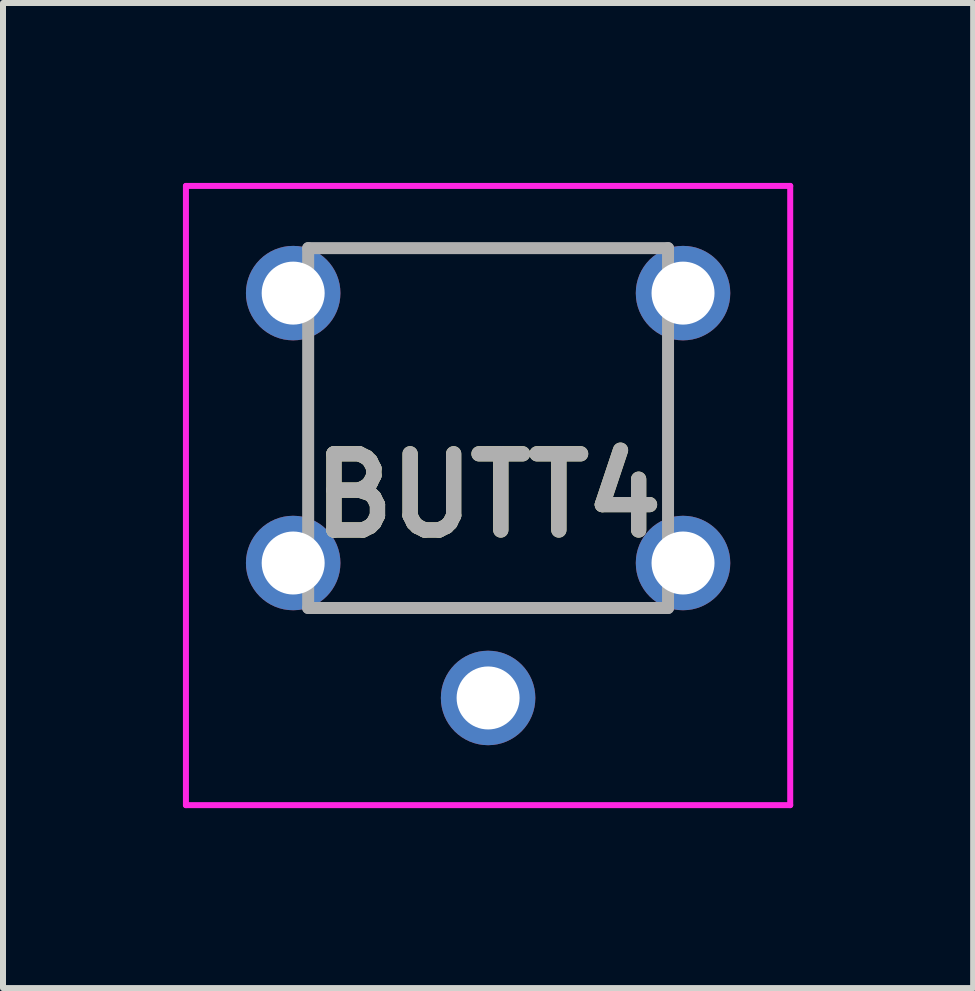
<source format=kicad_pcb>
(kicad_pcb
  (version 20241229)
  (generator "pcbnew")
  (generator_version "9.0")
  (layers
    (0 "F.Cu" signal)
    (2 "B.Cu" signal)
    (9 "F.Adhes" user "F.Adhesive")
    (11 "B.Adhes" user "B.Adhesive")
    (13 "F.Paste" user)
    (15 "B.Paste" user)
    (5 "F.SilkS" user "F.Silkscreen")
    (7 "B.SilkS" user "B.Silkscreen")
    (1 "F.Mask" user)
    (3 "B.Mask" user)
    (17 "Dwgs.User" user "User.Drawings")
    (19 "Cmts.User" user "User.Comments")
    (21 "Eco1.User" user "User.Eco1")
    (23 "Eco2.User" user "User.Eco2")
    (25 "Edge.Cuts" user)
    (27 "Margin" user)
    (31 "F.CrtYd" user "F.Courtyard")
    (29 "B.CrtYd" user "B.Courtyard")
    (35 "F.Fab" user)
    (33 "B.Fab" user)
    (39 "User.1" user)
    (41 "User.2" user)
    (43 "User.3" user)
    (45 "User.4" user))
  (footprint "BUTT4"
    (layer "F.Cu")
    (at 5.088 4.087)
    (property "Reference" "BUTT4" (at 0 1.125 0) (layer "F.SilkS") (effects (font (size 1.27 1.27) (thickness 0.254))))
    (attr through_hole)
    (fp_line (start -3 -1) (end -3 1) (stroke (width 0.1) (type solid)) (layer "F.SilkS"))
    (fp_line (start -2 -3) (end 2 -3) (stroke (width 0.1) (type solid)) (layer "F.SilkS"))
    (fp_line (start -2 3) (end 2 3) (stroke (width 0.1) (type solid)) (layer "F.SilkS"))
    (fp_line (start 3 -1) (end 3 1) (stroke (width 0.1) (type solid)) (layer "F.SilkS"))
    (fp_line (start -5.038 -4.037) (end 5.037 -4.037) (stroke (width 0.1) (type solid)) (layer "F.CrtYd"))
    (fp_line (start -5.038 6.287) (end -5.038 -4.037) (stroke (width 0.1) (type solid)) (layer "F.CrtYd"))
    (fp_line (start 5.037 -4.037) (end 5.037 6.287) (stroke (width 0.1) (type solid)) (layer "F.CrtYd"))
    (fp_line (start 5.037 6.287) (end -5.038 6.287) (stroke (width 0.1) (type solid)) (layer "F.CrtYd"))
    (fp_line (start -3 -3) (end 3 -3) (stroke (width 0.2) (type solid)) (layer "F.Fab"))
    (fp_line (start -3 3) (end -3 -3) (stroke (width 0.2) (type solid)) (layer "F.Fab"))
    (fp_line (start 3 -3) (end 3 3) (stroke (width 0.2) (type solid)) (layer "F.Fab"))
    (fp_line (start 3 3) (end -3 3) (stroke (width 0.2) (type solid)) (layer "F.Fab"))
    (fp_text user "${REFERENCE}" (at 0 1.125 0) (layer "F.Fab") (effects (font (size 1.27 1.27) (thickness 0.254))))
    (pad "A1" thru_hole circle (at -3.25 -2.25) (size 1.575 1.575) (drill 1.05) (layers "*.Cu" "*.Mask"))
    (pad "B1" thru_hole circle (at -3.25 2.25) (size 1.575 1.575) (drill 1.05) (layers "*.Cu" "*.Mask"))
    (pad "C1" thru_hole circle (at 3.25 -2.25) (size 1.575 1.575) (drill 1.05) (layers "*.Cu" "*.Mask"))
    (pad "D1" thru_hole circle (at 3.25 2.25) (size 1.575 1.575) (drill 1.05) (layers "*.Cu" "*.Mask"))
    (pad "G1" thru_hole circle (at 0 4.5) (size 1.575 1.575) (drill 1.05) (layers "*.Cu" "*.Mask")))
  (gr_rect
    (start -3 -3)
    (end 13.175 13.424)
    (stroke (width 0.1) (type default))
    (fill no)
    (layer "Edge.Cuts")))
</source>
